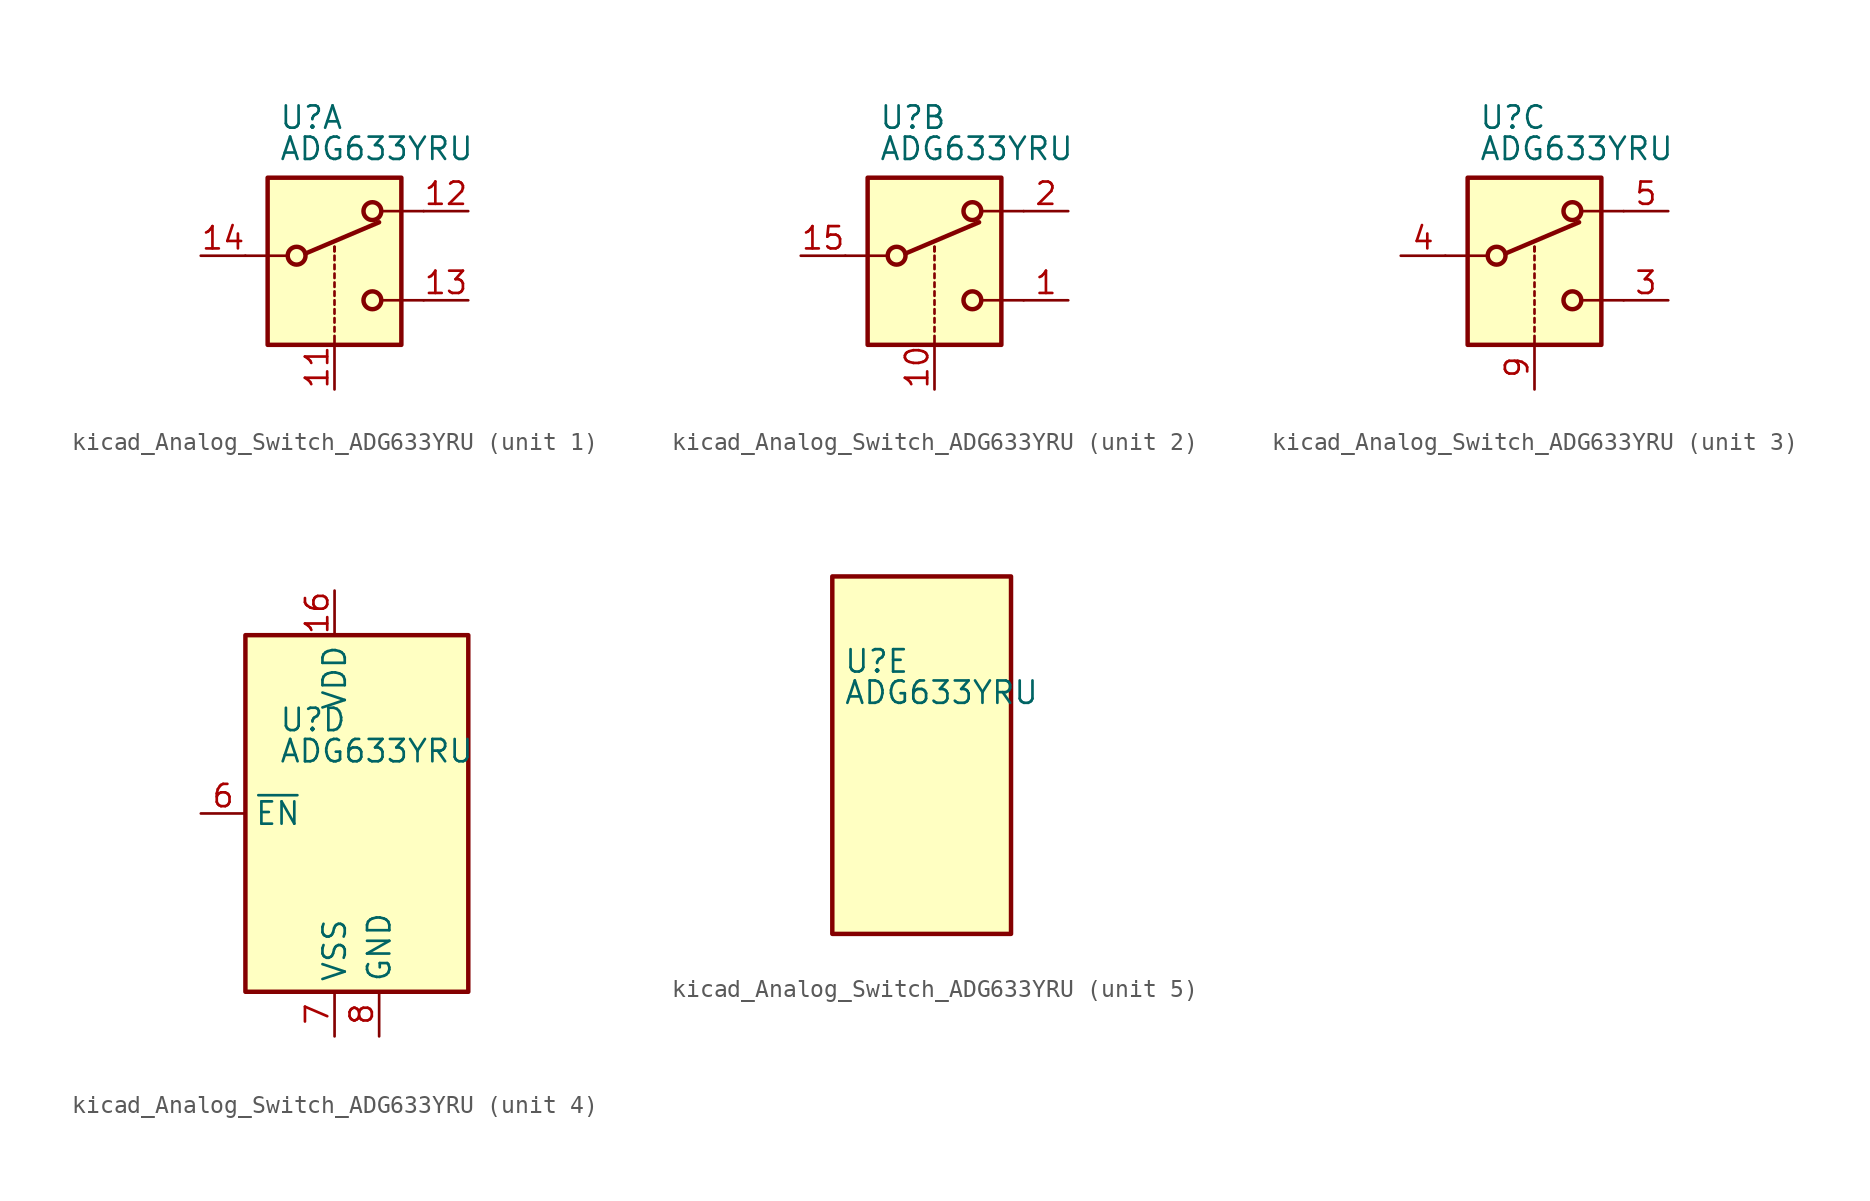
<source format=kicad_sym>
(kicad_symbol_lib
  (version 20220914)
  (generator kicad_symbol_editor)
  (symbol "kicad_Analog_Switch_ADG633YRU"
    (property "Reference" "U"
      (at -3.175 5.334 0)
      (effects (font (size 1.27 1.27)) (justify left)))
    (property "Value" "ADG633YRU"
      (at -3.175 3.556 0)
      (effects (font (size 1.27 1.27)) (justify left)))
    (symbol "kicad_Analog_Switch_ADG633YRU_1_1"
      (rectangle (start -3.81 1.905) (end 3.81 -7.62) (stroke (width 0.254) (type default)) (fill (type background)))
      (circle (center -2.159 -2.54) (radius 0.508) (stroke (width 0.254) (type default)) (fill (type none)))
      (polyline (pts (xy -5.08 -2.54) (xy -2.794 -2.54)) (stroke (width 0) (type default)) (fill (type none)))
      (polyline (pts (xy -1.651 -2.413) (xy 2.54 -0.635)) (stroke (width 0.254) (type default)) (fill (type none)))
      (polyline (pts (xy 0 -7.62) (xy 0 -7.112)) (stroke (width 0) (type default)) (fill (type none)))
      (polyline (pts (xy 0 -6.858) (xy 0 -6.604)) (stroke (width 0) (type default)) (fill (type none)))
      (polyline (pts (xy 0 -6.35) (xy 0 -6.096)) (stroke (width 0) (type default)) (fill (type none)))
      (polyline (pts (xy 0 -5.842) (xy 0 -5.588)) (stroke (width 0) (type default)) (fill (type none)))
      (polyline (pts (xy 0 -5.334) (xy 0 -5.08)) (stroke (width 0) (type default)) (fill (type none)))
      (polyline (pts (xy 0 -4.826) (xy 0 -4.572)) (stroke (width 0) (type default)) (fill (type none)))
      (polyline (pts (xy 0 -4.318) (xy 0 -4.064)) (stroke (width 0) (type default)) (fill (type none)))
      (polyline (pts (xy 0 -3.81) (xy 0 -3.556)) (stroke (width 0) (type default)) (fill (type none)))
      (polyline (pts (xy 0 -3.302) (xy 0 -3.048)) (stroke (width 0) (type default)) (fill (type none)))
      (polyline (pts (xy 0 -2.794) (xy 0 -2.54)) (stroke (width 0) (type default)) (fill (type none)))
      (polyline (pts (xy 0 -2.286) (xy 0 -2.032)) (stroke (width 0) (type default)) (fill (type none)))
      (polyline (pts (xy 0 -2.286) (xy 0 -2.032)) (stroke (width 0) (type default)) (fill (type none)))
      (polyline (pts (xy 5.08 -5.08) (xy 2.794 -5.08)) (stroke (width 0) (type default)) (fill (type none)))
      (polyline (pts (xy 5.08 0) (xy 2.794 0)) (stroke (width 0) (type default)) (fill (type none)))
      (circle (center 2.159 -5.08) (radius 0.508) (stroke (width 0.254) (type default)) (fill (type none)))
      (circle (center 2.159 0) (radius 0.508) (stroke (width 0.254) (type default)) (fill (type none)))
      (pin input line (at 0 -10.16 90) (length 2.54) (name "~" (effects (font (size 1.27 1.27)))) (number "11" (effects (font (size 1.27 1.27)))))
      (pin passive line (at 7.62 0 180) (length 2.54) (name "~" (effects (font (size 1.27 1.27)))) (number "12" (effects (font (size 1.27 1.27)))))
      (pin passive line (at 7.62 -5.08 180) (length 2.54) (name "~" (effects (font (size 1.27 1.27)))) (number "13" (effects (font (size 1.27 1.27)))))
      (pin passive line (at -7.62 -2.54 0) (length 2.54) (name "~" (effects (font (size 1.27 1.27)))) (number "14" (effects (font (size 1.27 1.27))))))
    (symbol "kicad_Analog_Switch_ADG633YRU_2_1"
      (rectangle (start -3.81 1.905) (end 3.81 -7.62) (stroke (width 0.254) (type default)) (fill (type background)))
      (circle (center -2.159 -2.54) (radius 0.508) (stroke (width 0.254) (type default)) (fill (type none)))
      (polyline (pts (xy -5.08 -2.54) (xy -2.794 -2.54)) (stroke (width 0) (type default)) (fill (type none)))
      (polyline (pts (xy -1.651 -2.413) (xy 2.54 -0.635)) (stroke (width 0.254) (type default)) (fill (type none)))
      (polyline (pts (xy 0 -7.62) (xy 0 -7.112)) (stroke (width 0) (type default)) (fill (type none)))
      (polyline (pts (xy 0 -6.858) (xy 0 -6.604)) (stroke (width 0) (type default)) (fill (type none)))
      (polyline (pts (xy 0 -6.35) (xy 0 -6.096)) (stroke (width 0) (type default)) (fill (type none)))
      (polyline (pts (xy 0 -5.842) (xy 0 -5.588)) (stroke (width 0) (type default)) (fill (type none)))
      (polyline (pts (xy 0 -5.334) (xy 0 -5.08)) (stroke (width 0) (type default)) (fill (type none)))
      (polyline (pts (xy 0 -4.826) (xy 0 -4.572)) (stroke (width 0) (type default)) (fill (type none)))
      (polyline (pts (xy 0 -4.318) (xy 0 -4.064)) (stroke (width 0) (type default)) (fill (type none)))
      (polyline (pts (xy 0 -3.81) (xy 0 -3.556)) (stroke (width 0) (type default)) (fill (type none)))
      (polyline (pts (xy 0 -3.302) (xy 0 -3.048)) (stroke (width 0) (type default)) (fill (type none)))
      (polyline (pts (xy 0 -2.794) (xy 0 -2.54)) (stroke (width 0) (type default)) (fill (type none)))
      (polyline (pts (xy 0 -2.286) (xy 0 -2.032)) (stroke (width 0) (type default)) (fill (type none)))
      (polyline (pts (xy 0 -2.286) (xy 0 -2.032)) (stroke (width 0) (type default)) (fill (type none)))
      (polyline (pts (xy 5.08 -5.08) (xy 2.794 -5.08)) (stroke (width 0) (type default)) (fill (type none)))
      (polyline (pts (xy 5.08 0) (xy 2.794 0)) (stroke (width 0) (type default)) (fill (type none)))
      (circle (center 2.159 -5.08) (radius 0.508) (stroke (width 0.254) (type default)) (fill (type none)))
      (circle (center 2.159 0) (radius 0.508) (stroke (width 0.254) (type default)) (fill (type none)))
      (pin passive line (at 7.62 -5.08 180) (length 2.54) (name "~" (effects (font (size 1.27 1.27)))) (number "1" (effects (font (size 1.27 1.27)))))
      (pin input line (at 0 -10.16 90) (length 2.54) (name "~" (effects (font (size 1.27 1.27)))) (number "10" (effects (font (size 1.27 1.27)))))
      (pin passive line (at -7.62 -2.54 0) (length 2.54) (name "~" (effects (font (size 1.27 1.27)))) (number "15" (effects (font (size 1.27 1.27)))))
      (pin passive line (at 7.62 0 180) (length 2.54) (name "~" (effects (font (size 1.27 1.27)))) (number "2" (effects (font (size 1.27 1.27))))))
    (symbol "kicad_Analog_Switch_ADG633YRU_3_1"
      (rectangle (start -3.81 1.905) (end 3.81 -7.62) (stroke (width 0.254) (type default)) (fill (type background)))
      (circle (center -2.159 -2.54) (radius 0.508) (stroke (width 0.254) (type default)) (fill (type none)))
      (polyline (pts (xy -5.08 -2.54) (xy -2.794 -2.54)) (stroke (width 0) (type default)) (fill (type none)))
      (polyline (pts (xy -1.651 -2.413) (xy 2.54 -0.635)) (stroke (width 0.254) (type default)) (fill (type none)))
      (polyline (pts (xy 0 -7.62) (xy 0 -7.112)) (stroke (width 0) (type default)) (fill (type none)))
      (polyline (pts (xy 0 -6.858) (xy 0 -6.604)) (stroke (width 0) (type default)) (fill (type none)))
      (polyline (pts (xy 0 -6.35) (xy 0 -6.096)) (stroke (width 0) (type default)) (fill (type none)))
      (polyline (pts (xy 0 -5.842) (xy 0 -5.588)) (stroke (width 0) (type default)) (fill (type none)))
      (polyline (pts (xy 0 -5.334) (xy 0 -5.08)) (stroke (width 0) (type default)) (fill (type none)))
      (polyline (pts (xy 0 -4.826) (xy 0 -4.572)) (stroke (width 0) (type default)) (fill (type none)))
      (polyline (pts (xy 0 -4.318) (xy 0 -4.064)) (stroke (width 0) (type default)) (fill (type none)))
      (polyline (pts (xy 0 -3.81) (xy 0 -3.556)) (stroke (width 0) (type default)) (fill (type none)))
      (polyline (pts (xy 0 -3.302) (xy 0 -3.048)) (stroke (width 0) (type default)) (fill (type none)))
      (polyline (pts (xy 0 -2.794) (xy 0 -2.54)) (stroke (width 0) (type default)) (fill (type none)))
      (polyline (pts (xy 0 -2.286) (xy 0 -2.032)) (stroke (width 0) (type default)) (fill (type none)))
      (polyline (pts (xy 0 -2.286) (xy 0 -2.032)) (stroke (width 0) (type default)) (fill (type none)))
      (polyline (pts (xy 5.08 -5.08) (xy 2.794 -5.08)) (stroke (width 0) (type default)) (fill (type none)))
      (polyline (pts (xy 5.08 0) (xy 2.794 0)) (stroke (width 0) (type default)) (fill (type none)))
      (circle (center 2.159 -5.08) (radius 0.508) (stroke (width 0.254) (type default)) (fill (type none)))
      (circle (center 2.159 0) (radius 0.508) (stroke (width 0.254) (type default)) (fill (type none)))
      (pin passive line (at 7.62 -5.08 180) (length 2.54) (name "~" (effects (font (size 1.27 1.27)))) (number "3" (effects (font (size 1.27 1.27)))))
      (pin passive line (at -7.62 -2.54 0) (length 2.54) (name "~" (effects (font (size 1.27 1.27)))) (number "4" (effects (font (size 1.27 1.27)))))
      (pin passive line (at 7.62 0 180) (length 2.54) (name "~" (effects (font (size 1.27 1.27)))) (number "5" (effects (font (size 1.27 1.27)))))
      (pin input line (at 0 -10.16 90) (length 2.54) (name "~" (effects (font (size 1.27 1.27)))) (number "9" (effects (font (size 1.27 1.27))))))
    (symbol "kicad_Analog_Switch_ADG633YRU_4_0"
      (pin power_in line (at 0 12.7 270) (length 2.54) (name "VDD" (effects (font (size 1.27 1.27)))) (number "16" (effects (font (size 1.27 1.27)))))
      (pin input line (at -7.62 0 0) (length 2.54) (name "~{EN}" (effects (font (size 1.27 1.27)))) (number "6" (effects (font (size 1.27 1.27)))))
      (pin power_in line (at 0 -12.7 90) (length 2.54) (name "VSS" (effects (font (size 1.27 1.27)))) (number "7" (effects (font (size 1.27 1.27)))))
      (pin power_in line (at 2.54 -12.7 90) (length 2.54) (name "GND" (effects (font (size 1.27 1.27)))) (number "8" (effects (font (size 1.27 1.27))))))
    (symbol "kicad_Analog_Switch_ADG633YRU_4_1"
      (rectangle (start -5.08 10.16) (end 7.62 -10.16) (stroke (width 0.254) (type default)) (fill (type background))))
    (symbol "kicad_Analog_Switch_ADG633YRU_5_1"
      (rectangle (start -3.81 10.16) (end 6.35 -10.16) (stroke (width 0.254) (type default)) (fill (type background))))))
</source>
